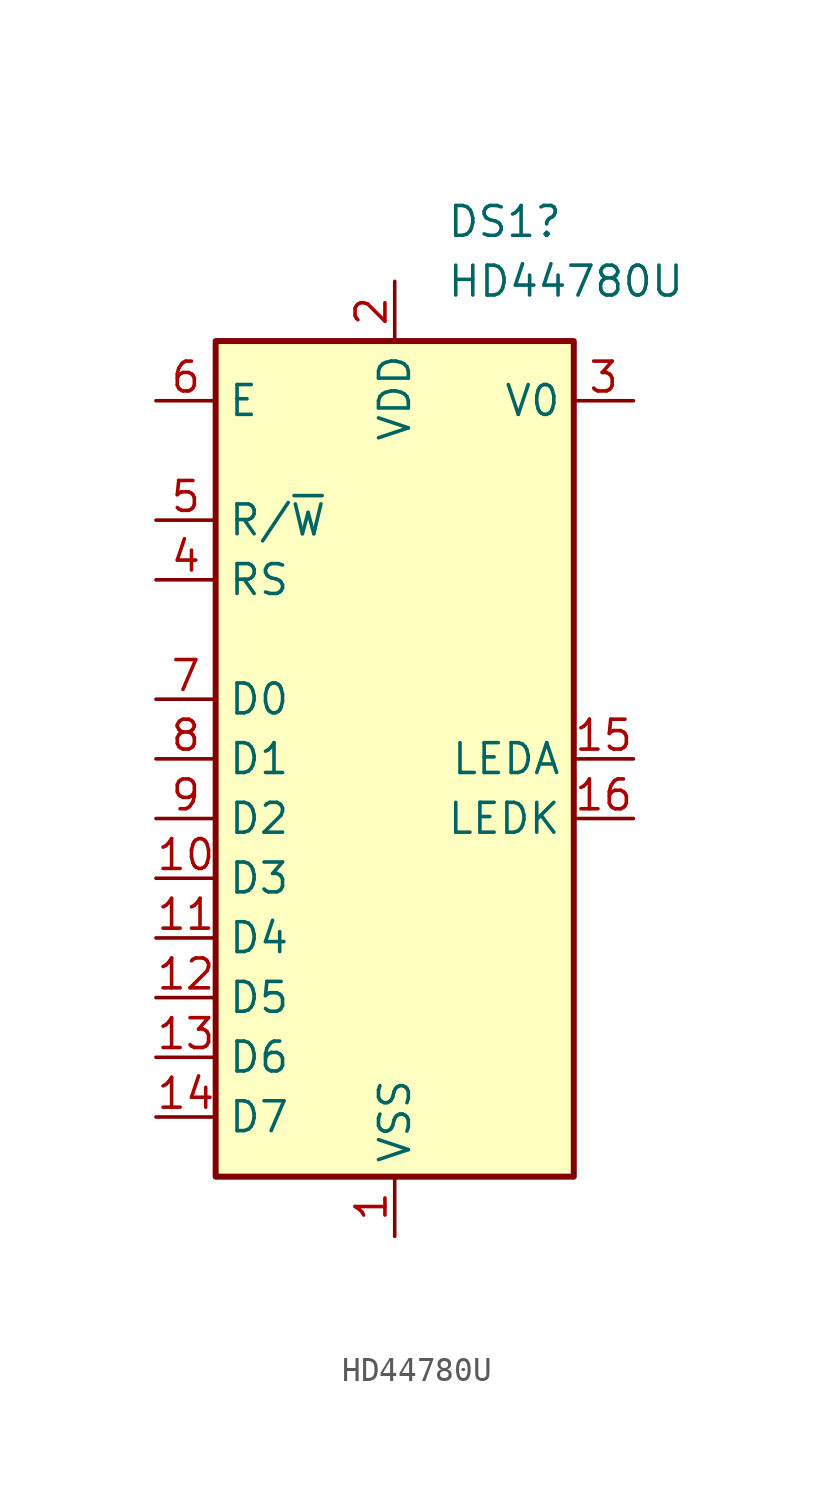
<source format=kicad_sym>
(kicad_symbol_lib
  (version 20220914)
  (generator kicad_symbol_editor)
  (symbol "HD44780U"
    (property "Reference" "DS1"
      (at 2.194 22.86 0)
      (effects (font (size 1.27 1.27)) (justify left)))
    (property "Value" "HD44780U"
      (at 2.194 20.32 0)
      (effects (font (size 1.27 1.27)) (justify left)))
    (symbol "HD44780U_0_1"
      (rectangle (start -7.62 17.78) (end 7.62 -17.78) (stroke (width 0.254) (type default)) (fill (type background))))
    (symbol "HD44780U_1_1"
      (pin power_out line (at 0 -20.32 90) (length 2.54) (name "VSS" (effects (font (size 1.27 1.27)))) (number "1" (effects (font (size 1.27 1.27)))))
      (pin bidirectional line (at -10.16 -5.08 0) (length 2.54) (name "D3" (effects (font (size 1.27 1.27)))) (number "10" (effects (font (size 1.27 1.27)))))
      (pin bidirectional line (at -10.16 -7.62 0) (length 2.54) (name "D4" (effects (font (size 1.27 1.27)))) (number "11" (effects (font (size 1.27 1.27)))))
      (pin bidirectional line (at -10.16 -10.16 0) (length 2.54) (name "D5" (effects (font (size 1.27 1.27)))) (number "12" (effects (font (size 1.27 1.27)))))
      (pin bidirectional line (at -10.16 -12.7 0) (length 2.54) (name "D6" (effects (font (size 1.27 1.27)))) (number "13" (effects (font (size 1.27 1.27)))))
      (pin bidirectional line (at -10.16 -15.24 0) (length 2.54) (name "D7" (effects (font (size 1.27 1.27)))) (number "14" (effects (font (size 1.27 1.27)))))
      (pin passive line (at 10.16 0 180) (length 2.54) (name "LEDA" (effects (font (size 1.27 1.27)))) (number "15" (effects (font (size 1.27 1.27)))))
      (pin passive line (at 10.16 -2.54 180) (length 2.54) (name "LEDK" (effects (font (size 1.27 1.27)))) (number "16" (effects (font (size 1.27 1.27)))))
      (pin power_in line (at 0 20.32 270) (length 2.54) (name "VDD" (effects (font (size 1.27 1.27)))) (number "2" (effects (font (size 1.27 1.27)))))
      (pin input line (at 10.16 15.24 180) (length 2.54) (name "V0" (effects (font (size 1.27 1.27)))) (number "3" (effects (font (size 1.27 1.27)))))
      (pin input line (at -10.16 7.62 0) (length 2.54) (name "RS" (effects (font (size 1.27 1.27)))) (number "4" (effects (font (size 1.27 1.27)))))
      (pin input line (at -10.16 10.16 0) (length 2.54) (name "R/~{W}" (effects (font (size 1.27 1.27)))) (number "5" (effects (font (size 1.27 1.27)))))
      (pin input line (at -10.16 15.24 0) (length 2.54) (name "E" (effects (font (size 1.27 1.27)))) (number "6" (effects (font (size 1.27 1.27)))))
      (pin bidirectional line (at -10.16 2.54 0) (length 2.54) (name "D0" (effects (font (size 1.27 1.27)))) (number "7" (effects (font (size 1.27 1.27)))))
      (pin bidirectional line (at -10.16 0 0) (length 2.54) (name "D1" (effects (font (size 1.27 1.27)))) (number "8" (effects (font (size 1.27 1.27)))))
      (pin bidirectional line (at -10.16 -2.54 0) (length 2.54) (name "D2" (effects (font (size 1.27 1.27)))) (number "9" (effects (font (size 1.27 1.27))))))))
</source>
